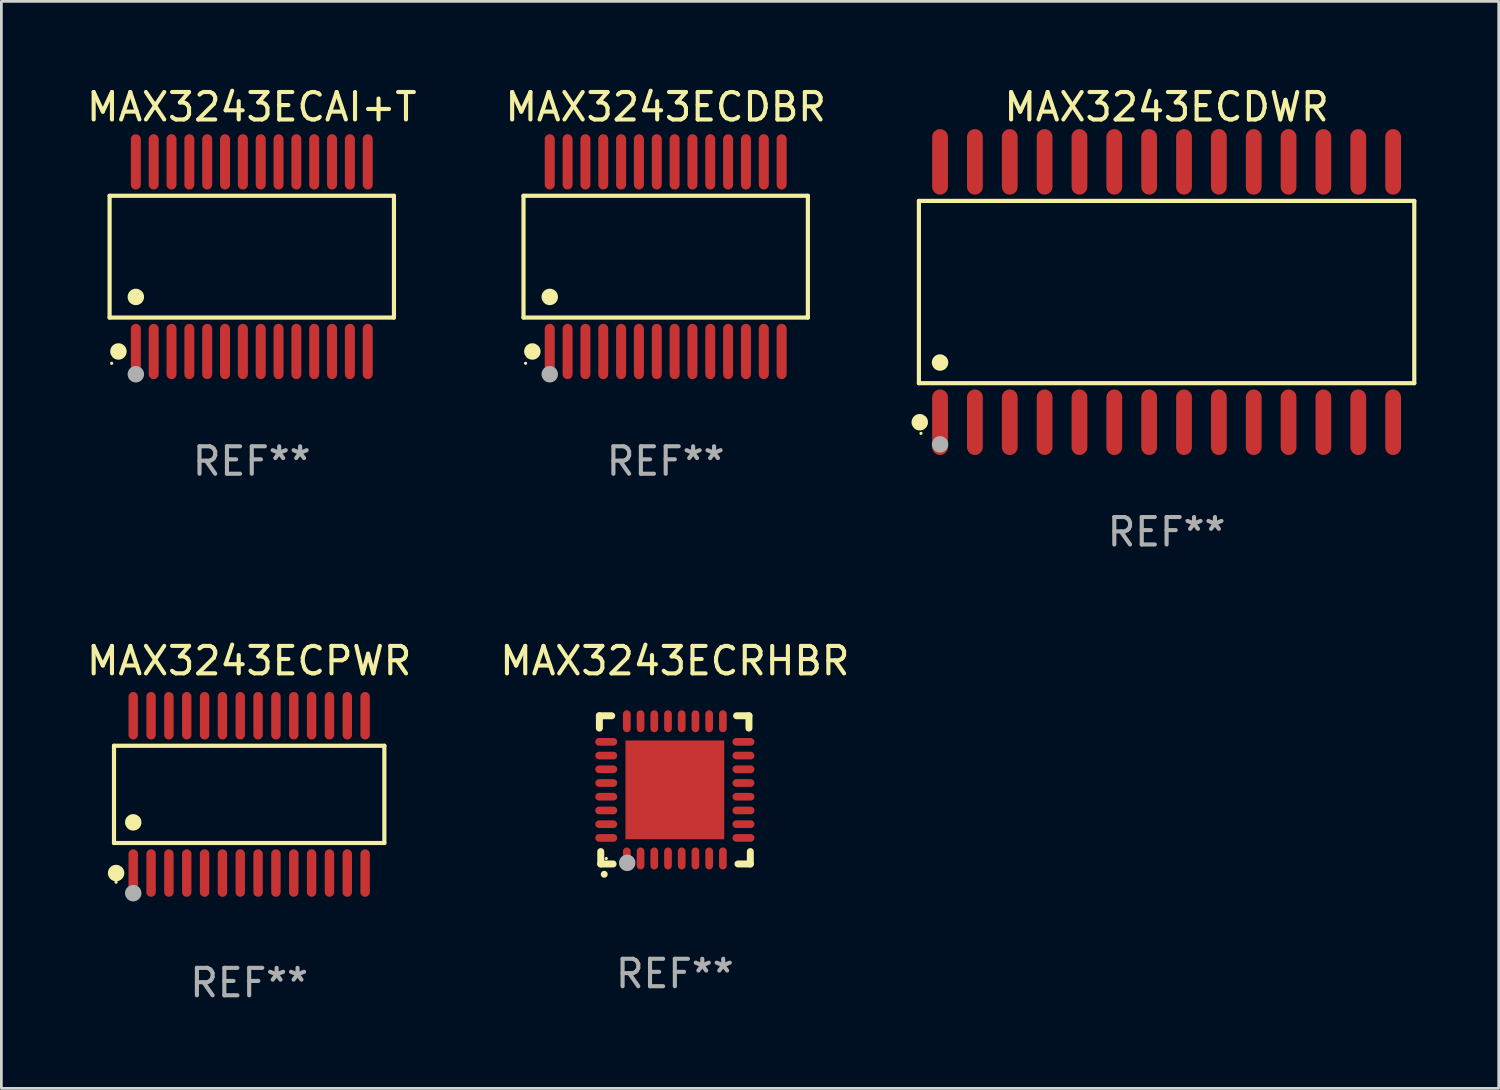
<source format=kicad_pcb>
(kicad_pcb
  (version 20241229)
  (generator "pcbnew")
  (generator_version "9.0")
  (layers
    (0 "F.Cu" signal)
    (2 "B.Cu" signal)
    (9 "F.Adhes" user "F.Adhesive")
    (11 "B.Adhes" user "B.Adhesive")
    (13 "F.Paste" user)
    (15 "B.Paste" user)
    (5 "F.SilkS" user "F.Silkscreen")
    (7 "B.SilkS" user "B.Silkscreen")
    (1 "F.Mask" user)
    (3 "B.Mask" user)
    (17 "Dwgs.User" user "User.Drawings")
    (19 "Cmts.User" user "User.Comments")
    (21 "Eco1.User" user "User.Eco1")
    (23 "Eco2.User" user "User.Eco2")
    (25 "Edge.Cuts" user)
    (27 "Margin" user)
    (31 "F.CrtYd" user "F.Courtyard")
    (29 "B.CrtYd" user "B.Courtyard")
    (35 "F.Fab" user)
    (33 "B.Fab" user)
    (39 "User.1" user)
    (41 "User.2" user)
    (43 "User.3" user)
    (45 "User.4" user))
  (footprint "MAX3243ECPWR"
    (layer "F.Cu")
    (at 6.03 25.898)
    (property "Reference" "MAX3243ECPWR" (at 0 -4.866 0) (layer "F.SilkS") (effects (font (size 1 1) (thickness 0.15))))
    (attr through_hole)
    (fp_line (start -4.926 -1.772) (end 4.926 -1.772) (stroke (width 0.152) (type solid)) (layer "F.SilkS"))
    (fp_line (start -4.926 1.771) (end -4.926 -1.772) (stroke (width 0.152) (type solid)) (layer "F.SilkS"))
    (fp_line (start 4.926 -1.772) (end 4.926 1.771) (stroke (width 0.152) (type solid)) (layer "F.SilkS"))
    (fp_line (start 4.926 1.771) (end -4.926 1.771) (stroke (width 0.152) (type solid)) (layer "F.SilkS"))
    (fp_circle (center -4.85 3.2) (end -4.82 3.2) (stroke (width 0.06) (type solid)) (fill no) (layer "F.SilkS"))
    (fp_circle (center -4.849 2.866) (end -4.699 2.866) (stroke (width 0.3) (type solid)) (fill no) (layer "F.SilkS"))
    (fp_circle (center -4.225 1.019) (end -4.075 1.019) (stroke (width 0.3) (type solid)) (fill no) (layer "F.SilkS"))
    (fp_circle (center -4.225 3.6) (end -4.075 3.6) (stroke (width 0.3) (type solid)) (fill no) (layer "F.Fab"))
    (fp_text user "REF**" (at 0 6.866 0) (layer "F.Fab") (effects (font (size 1 1) (thickness 0.15))))
    (pad "1" smd oval (at -4.225 2.866) (size 0.343 1.731) (layers "F.Cu" "F.Mask" "F.Paste"))
    (pad "2" smd oval (at -3.575 2.866) (size 0.343 1.731) (layers "F.Cu" "F.Mask" "F.Paste"))
    (pad "3" smd oval (at -2.925 2.866) (size 0.343 1.731) (layers "F.Cu" "F.Mask" "F.Paste"))
    (pad "4" smd oval (at -2.275 2.866) (size 0.343 1.731) (layers "F.Cu" "F.Mask" "F.Paste"))
    (pad "5" smd oval (at -1.625 2.866) (size 0.343 1.731) (layers "F.Cu" "F.Mask" "F.Paste"))
    (pad "6" smd oval (at -0.975 2.866) (size 0.343 1.731) (layers "F.Cu" "F.Mask" "F.Paste"))
    (pad "7" smd oval (at -0.325 2.866) (size 0.343 1.731) (layers "F.Cu" "F.Mask" "F.Paste"))
    (pad "8" smd oval (at 0.325 2.866) (size 0.343 1.731) (layers "F.Cu" "F.Mask" "F.Paste"))
    (pad "9" smd oval (at 0.975 2.866) (size 0.343 1.731) (layers "F.Cu" "F.Mask" "F.Paste"))
    (pad "10" smd oval (at 1.625 2.866) (size 0.343 1.731) (layers "F.Cu" "F.Mask" "F.Paste"))
    (pad "11" smd oval (at 2.275 2.866) (size 0.343 1.731) (layers "F.Cu" "F.Mask" "F.Paste"))
    (pad "12" smd oval (at 2.925 2.866) (size 0.343 1.731) (layers "F.Cu" "F.Mask" "F.Paste"))
    (pad "13" smd oval (at 3.575 2.866) (size 0.343 1.731) (layers "F.Cu" "F.Mask" "F.Paste"))
    (pad "14" smd oval (at 4.225 2.866) (size 0.343 1.731) (layers "F.Cu" "F.Mask" "F.Paste"))
    (pad "15" smd oval (at 4.225 -2.866) (size 0.343 1.731) (layers "F.Cu" "F.Mask" "F.Paste"))
    (pad "16" smd oval (at 3.575 -2.866) (size 0.343 1.731) (layers "F.Cu" "F.Mask" "F.Paste"))
    (pad "17" smd oval (at 2.925 -2.866) (size 0.343 1.731) (layers "F.Cu" "F.Mask" "F.Paste"))
    (pad "18" smd oval (at 2.275 -2.866) (size 0.343 1.731) (layers "F.Cu" "F.Mask" "F.Paste"))
    (pad "19" smd oval (at 1.625 -2.866) (size 0.343 1.731) (layers "F.Cu" "F.Mask" "F.Paste"))
    (pad "20" smd oval (at 0.975 -2.866) (size 0.343 1.731) (layers "F.Cu" "F.Mask" "F.Paste"))
    (pad "21" smd oval (at 0.325 -2.866) (size 0.343 1.731) (layers "F.Cu" "F.Mask" "F.Paste"))
    (pad "22" smd oval (at -0.325 -2.866) (size 0.343 1.731) (layers "F.Cu" "F.Mask" "F.Paste"))
    (pad "23" smd oval (at -0.975 -2.866) (size 0.343 1.731) (layers "F.Cu" "F.Mask" "F.Paste"))
    (pad "24" smd oval (at -1.625 -2.866) (size 0.343 1.731) (layers "F.Cu" "F.Mask" "F.Paste"))
    (pad "25" smd oval (at -2.275 -2.866) (size 0.343 1.731) (layers "F.Cu" "F.Mask" "F.Paste"))
    (pad "26" smd oval (at -2.925 -2.866) (size 0.343 1.731) (layers "F.Cu" "F.Mask" "F.Paste"))
    (pad "27" smd oval (at -3.575 -2.866) (size 0.343 1.731) (layers "F.Cu" "F.Mask" "F.Paste"))
    (pad "28" smd oval (at -4.225 -2.866) (size 0.343 1.731) (layers "F.Cu" "F.Mask" "F.Paste")))
  (footprint "MAX3243ECAI+T"
    (layer "F.Cu")
    (at 6.125 6.303)
    (property "Reference" "MAX3243ECAI+T" (at 0 -5.455 0) (layer "F.SilkS") (effects (font (size 1 1) (thickness 0.15))))
    (attr through_hole)
    (fp_line (start -5.181 -2.219) (end 5.181 -2.219) (stroke (width 0.152) (type solid)) (layer "F.SilkS"))
    (fp_line (start -5.181 2.219) (end -5.181 -2.219) (stroke (width 0.152) (type solid)) (layer "F.SilkS"))
    (fp_line (start 5.181 -2.219) (end 5.181 2.219) (stroke (width 0.152) (type solid)) (layer "F.SilkS"))
    (fp_line (start 5.181 2.219) (end -5.181 2.219) (stroke (width 0.152) (type solid)) (layer "F.SilkS"))
    (fp_circle (center -5.105 3.885) (end -5.075 3.885) (stroke (width 0.06) (type solid)) (fill no) (layer "F.SilkS"))
    (fp_circle (center -4.859 3.455) (end -4.709 3.455) (stroke (width 0.3) (type solid)) (fill no) (layer "F.SilkS"))
    (fp_circle (center -4.225 1.467) (end -4.075 1.467) (stroke (width 0.3) (type solid)) (fill no) (layer "F.SilkS"))
    (fp_circle (center -4.225 4.285) (end -4.075 4.285) (stroke (width 0.3) (type solid)) (fill no) (layer "F.Fab"))
    (fp_text user "REF**" (at 0 7.455 0) (layer "F.Fab") (effects (font (size 1 1) (thickness 0.15))))
    (pad "1" smd oval (at -4.225 3.455) (size 0.364 2.015) (layers "F.Cu" "F.Mask" "F.Paste"))
    (pad "2" smd oval (at -3.575 3.455) (size 0.364 2.015) (layers "F.Cu" "F.Mask" "F.Paste"))
    (pad "3" smd oval (at -2.925 3.455) (size 0.364 2.015) (layers "F.Cu" "F.Mask" "F.Paste"))
    (pad "4" smd oval (at -2.275 3.455) (size 0.364 2.015) (layers "F.Cu" "F.Mask" "F.Paste"))
    (pad "5" smd oval (at -1.625 3.455) (size 0.364 2.015) (layers "F.Cu" "F.Mask" "F.Paste"))
    (pad "6" smd oval (at -0.975 3.455) (size 0.364 2.015) (layers "F.Cu" "F.Mask" "F.Paste"))
    (pad "7" smd oval (at -0.325 3.455) (size 0.364 2.015) (layers "F.Cu" "F.Mask" "F.Paste"))
    (pad "8" smd oval (at 0.325 3.455) (size 0.364 2.015) (layers "F.Cu" "F.Mask" "F.Paste"))
    (pad "9" smd oval (at 0.975 3.455) (size 0.364 2.015) (layers "F.Cu" "F.Mask" "F.Paste"))
    (pad "10" smd oval (at 1.625 3.455) (size 0.364 2.015) (layers "F.Cu" "F.Mask" "F.Paste"))
    (pad "11" smd oval (at 2.275 3.455) (size 0.364 2.015) (layers "F.Cu" "F.Mask" "F.Paste"))
    (pad "12" smd oval (at 2.925 3.455) (size 0.364 2.015) (layers "F.Cu" "F.Mask" "F.Paste"))
    (pad "13" smd oval (at 3.575 3.455) (size 0.364 2.015) (layers "F.Cu" "F.Mask" "F.Paste"))
    (pad "14" smd oval (at 4.225 3.455) (size 0.364 2.015) (layers "F.Cu" "F.Mask" "F.Paste"))
    (pad "15" smd oval (at 4.225 -3.455) (size 0.364 2.015) (layers "F.Cu" "F.Mask" "F.Paste"))
    (pad "16" smd oval (at 3.575 -3.455) (size 0.364 2.015) (layers "F.Cu" "F.Mask" "F.Paste"))
    (pad "17" smd oval (at 2.925 -3.455) (size 0.364 2.015) (layers "F.Cu" "F.Mask" "F.Paste"))
    (pad "18" smd oval (at 2.275 -3.455) (size 0.364 2.015) (layers "F.Cu" "F.Mask" "F.Paste"))
    (pad "19" smd oval (at 1.625 -3.455) (size 0.364 2.015) (layers "F.Cu" "F.Mask" "F.Paste"))
    (pad "20" smd oval (at 0.975 -3.455) (size 0.364 2.015) (layers "F.Cu" "F.Mask" "F.Paste"))
    (pad "21" smd oval (at 0.325 -3.455) (size 0.364 2.015) (layers "F.Cu" "F.Mask" "F.Paste"))
    (pad "22" smd oval (at -0.325 -3.455) (size 0.364 2.015) (layers "F.Cu" "F.Mask" "F.Paste"))
    (pad "23" smd oval (at -0.975 -3.455) (size 0.364 2.015) (layers "F.Cu" "F.Mask" "F.Paste"))
    (pad "24" smd oval (at -1.625 -3.455) (size 0.364 2.015) (layers "F.Cu" "F.Mask" "F.Paste"))
    (pad "25" smd oval (at -2.275 -3.455) (size 0.364 2.015) (layers "F.Cu" "F.Mask" "F.Paste"))
    (pad "26" smd oval (at -2.925 -3.455) (size 0.364 2.015) (layers "F.Cu" "F.Mask" "F.Paste"))
    (pad "27" smd oval (at -3.575 -3.455) (size 0.364 2.015) (layers "F.Cu" "F.Mask" "F.Paste"))
    (pad "28" smd oval (at -4.225 -3.455) (size 0.364 2.015) (layers "F.Cu" "F.Mask" "F.Paste")))
  (footprint "MAX3243ECDWR"
    (layer "F.Cu")
    (at 39.461 7.592)
    (property "Reference" "MAX3243ECDWR" (at 0 -6.744 0) (layer "F.SilkS") (effects (font (size 1 1) (thickness 0.15))))
    (attr through_hole)
    (fp_line (start -9.026 -3.321) (end 9.026 -3.321) (stroke (width 0.152) (type solid)) (layer "F.SilkS"))
    (fp_line (start -9.026 3.321) (end -9.026 -3.321) (stroke (width 0.152) (type solid)) (layer "F.SilkS"))
    (fp_line (start 9.026 -3.321) (end 9.026 3.321) (stroke (width 0.152) (type solid)) (layer "F.SilkS"))
    (fp_line (start 9.026 3.321) (end -9.026 3.321) (stroke (width 0.152) (type solid)) (layer "F.SilkS"))
    (fp_circle (center -8.994 4.744) (end -8.844 4.744) (stroke (width 0.3) (type solid)) (fill no) (layer "F.SilkS"))
    (fp_circle (center -8.95 5.15) (end -8.92 5.15) (stroke (width 0.06) (type solid)) (fill no) (layer "F.SilkS"))
    (fp_circle (center -8.255 2.569) (end -8.105 2.569) (stroke (width 0.3) (type solid)) (fill no) (layer "F.SilkS"))
    (fp_circle (center -8.255 5.55) (end -8.105 5.55) (stroke (width 0.3) (type solid)) (fill no) (layer "F.Fab"))
    (fp_text user "REF**" (at 0 8.744 0) (layer "F.Fab") (effects (font (size 1 1) (thickness 0.15))))
    (pad "1" smd oval (at -8.255 4.744) (size 0.574 2.388) (layers "F.Cu" "F.Mask" "F.Paste"))
    (pad "2" smd oval (at -6.985 4.744) (size 0.574 2.388) (layers "F.Cu" "F.Mask" "F.Paste"))
    (pad "3" smd oval (at -5.715 4.744) (size 0.574 2.388) (layers "F.Cu" "F.Mask" "F.Paste"))
    (pad "4" smd oval (at -4.445 4.744) (size 0.574 2.388) (layers "F.Cu" "F.Mask" "F.Paste"))
    (pad "5" smd oval (at -3.175 4.744) (size 0.574 2.388) (layers "F.Cu" "F.Mask" "F.Paste"))
    (pad "6" smd oval (at -1.905 4.744) (size 0.574 2.388) (layers "F.Cu" "F.Mask" "F.Paste"))
    (pad "7" smd oval (at -0.635 4.744) (size 0.574 2.388) (layers "F.Cu" "F.Mask" "F.Paste"))
    (pad "8" smd oval (at 0.635 4.744) (size 0.574 2.388) (layers "F.Cu" "F.Mask" "F.Paste"))
    (pad "9" smd oval (at 1.905 4.744) (size 0.574 2.388) (layers "F.Cu" "F.Mask" "F.Paste"))
    (pad "10" smd oval (at 3.175 4.744) (size 0.574 2.388) (layers "F.Cu" "F.Mask" "F.Paste"))
    (pad "11" smd oval (at 4.445 4.744) (size 0.574 2.388) (layers "F.Cu" "F.Mask" "F.Paste"))
    (pad "12" smd oval (at 5.715 4.744) (size 0.574 2.388) (layers "F.Cu" "F.Mask" "F.Paste"))
    (pad "13" smd oval (at 6.985 4.744) (size 0.574 2.388) (layers "F.Cu" "F.Mask" "F.Paste"))
    (pad "14" smd oval (at 8.255 4.744) (size 0.574 2.388) (layers "F.Cu" "F.Mask" "F.Paste"))
    (pad "15" smd oval (at 8.255 -4.744) (size 0.574 2.388) (layers "F.Cu" "F.Mask" "F.Paste"))
    (pad "16" smd oval (at 6.985 -4.744) (size 0.574 2.388) (layers "F.Cu" "F.Mask" "F.Paste"))
    (pad "17" smd oval (at 5.715 -4.744) (size 0.574 2.388) (layers "F.Cu" "F.Mask" "F.Paste"))
    (pad "18" smd oval (at 4.445 -4.744) (size 0.574 2.388) (layers "F.Cu" "F.Mask" "F.Paste"))
    (pad "19" smd oval (at 3.175 -4.744) (size 0.574 2.388) (layers "F.Cu" "F.Mask" "F.Paste"))
    (pad "20" smd oval (at 1.905 -4.744) (size 0.574 2.388) (layers "F.Cu" "F.Mask" "F.Paste"))
    (pad "21" smd oval (at 0.635 -4.744) (size 0.574 2.388) (layers "F.Cu" "F.Mask" "F.Paste"))
    (pad "22" smd oval (at -0.635 -4.744) (size 0.574 2.388) (layers "F.Cu" "F.Mask" "F.Paste"))
    (pad "23" smd oval (at -1.905 -4.744) (size 0.574 2.388) (layers "F.Cu" "F.Mask" "F.Paste"))
    (pad "24" smd oval (at -3.175 -4.744) (size 0.574 2.388) (layers "F.Cu" "F.Mask" "F.Paste"))
    (pad "25" smd oval (at -4.445 -4.744) (size 0.574 2.388) (layers "F.Cu" "F.Mask" "F.Paste"))
    (pad "26" smd oval (at -5.715 -4.744) (size 0.574 2.388) (layers "F.Cu" "F.Mask" "F.Paste"))
    (pad "27" smd oval (at -6.985 -4.744) (size 0.574 2.388) (layers "F.Cu" "F.Mask" "F.Paste"))
    (pad "28" smd oval (at -8.255 -4.744) (size 0.574 2.388) (layers "F.Cu" "F.Mask" "F.Paste")))
  (footprint "MAX3243ECRHBR"
    (layer "F.Cu")
    (at 21.542 25.733)
    (property "Reference" "MAX3243ECRHBR" (at 0 -4.7 0) (layer "F.SilkS") (effects (font (size 1 1) (thickness 0.15))))
    (attr through_hole)
    (fp_line (start -2.75 -2.7) (end -2.75 -2.25) (stroke (width 0.254) (type solid)) (layer "F.SilkS"))
    (fp_line (start -2.7 2.7) (end -2.7 2.25) (stroke (width 0.254) (type solid)) (layer "F.SilkS"))
    (fp_line (start -2.3 -2.7) (end -2.75 -2.7) (stroke (width 0.254) (type solid)) (layer "F.SilkS"))
    (fp_line (start -2.25 2.7) (end -2.7 2.7) (stroke (width 0.254) (type solid)) (layer "F.SilkS"))
    (fp_line (start 2.3 2.7) (end 2.75 2.7) (stroke (width 0.254) (type solid)) (layer "F.SilkS"))
    (fp_line (start 2.7 -2.7) (end 2.25 -2.7) (stroke (width 0.254) (type solid)) (layer "F.SilkS"))
    (fp_line (start 2.7 -2.25) (end 2.7 -2.7) (stroke (width 0.254) (type solid)) (layer "F.SilkS"))
    (fp_line (start 2.75 2.7) (end 2.75 2.25) (stroke (width 0.254) (type solid)) (layer "F.SilkS"))
    (fp_arc (start -2.575565 3.075946) (mid -2.574295 3.07594) (end -2.573025 3.075946) (stroke (width 0.25) (type solid)) (layer "F.SilkS"))
    (fp_circle (center -2.5 2.5) (end -2.47 2.5) (stroke (width 0.06) (type solid)) (fill no) (layer "F.SilkS"))
    (fp_circle (center -1.737 2.659) (end -1.587 2.659) (stroke (width 0.3) (type solid)) (fill no) (layer "F.Fab"))
    (fp_text user "REF**" (at 0 6.7 0) (layer "F.Fab") (effects (font (size 1 1) (thickness 0.15))))
    (pad "1" smd oval (at -1.75 2.5) (size 0.28 0.8) (layers "F.Cu" "F.Mask" "F.Paste"))
    (pad "2" smd oval (at -1.25 2.5) (size 0.28 0.8) (layers "F.Cu" "F.Mask" "F.Paste"))
    (pad "3" smd oval (at -0.75 2.5) (size 0.28 0.8) (layers "F.Cu" "F.Mask" "F.Paste"))
    (pad "4" smd oval (at -0.25 2.5) (size 0.28 0.8) (layers "F.Cu" "F.Mask" "F.Paste"))
    (pad "5" smd oval (at 0.25 2.5) (size 0.28 0.8) (layers "F.Cu" "F.Mask" "F.Paste"))
    (pad "6" smd oval (at 0.75 2.5) (size 0.28 0.8) (layers "F.Cu" "F.Mask" "F.Paste"))
    (pad "7" smd oval (at 1.25 2.5) (size 0.28 0.8) (layers "F.Cu" "F.Mask" "F.Paste"))
    (pad "8" smd oval (at 1.75 2.5) (size 0.28 0.8) (layers "F.Cu" "F.Mask" "F.Paste"))
    (pad "9" smd oval (at 2.5 1.75) (size 0.8 0.28) (layers "F.Cu" "F.Mask" "F.Paste"))
    (pad "10" smd oval (at 2.5 1.25) (size 0.8 0.28) (layers "F.Cu" "F.Mask" "F.Paste"))
    (pad "11" smd oval (at 2.5 0.75) (size 0.8 0.28) (layers "F.Cu" "F.Mask" "F.Paste"))
    (pad "12" smd oval (at 2.5 0.25) (size 0.8 0.28) (layers "F.Cu" "F.Mask" "F.Paste"))
    (pad "13" smd oval (at 2.5 -0.25) (size 0.8 0.28) (layers "F.Cu" "F.Mask" "F.Paste"))
    (pad "14" smd oval (at 2.5 -0.75) (size 0.8 0.28) (layers "F.Cu" "F.Mask" "F.Paste"))
    (pad "15" smd oval (at 2.5 -1.25) (size 0.8 0.28) (layers "F.Cu" "F.Mask" "F.Paste"))
    (pad "16" smd oval (at 2.5 -1.75) (size 0.8 0.28) (layers "F.Cu" "F.Mask" "F.Paste"))
    (pad "17" smd oval (at 1.75 -2.5) (size 0.28 0.8) (layers "F.Cu" "F.Mask" "F.Paste"))
    (pad "18" smd oval (at 1.25 -2.5) (size 0.28 0.8) (layers "F.Cu" "F.Mask" "F.Paste"))
    (pad "19" smd oval (at 0.75 -2.5) (size 0.28 0.8) (layers "F.Cu" "F.Mask" "F.Paste"))
    (pad "20" smd oval (at 0.25 -2.5) (size 0.28 0.8) (layers "F.Cu" "F.Mask" "F.Paste"))
    (pad "21" smd oval (at -0.25 -2.5) (size 0.28 0.8) (layers "F.Cu" "F.Mask" "F.Paste"))
    (pad "22" smd oval (at -0.75 -2.5) (size 0.28 0.8) (layers "F.Cu" "F.Mask" "F.Paste"))
    (pad "23" smd oval (at -1.25 -2.5) (size 0.28 0.8) (layers "F.Cu" "F.Mask" "F.Paste"))
    (pad "24" smd oval (at -1.75 -2.5) (size 0.28 0.8) (layers "F.Cu" "F.Mask" "F.Paste"))
    (pad "25" smd oval (at -2.5 -1.75) (size 0.8 0.28) (layers "F.Cu" "F.Mask" "F.Paste"))
    (pad "26" smd oval (at -2.5 -1.25) (size 0.8 0.28) (layers "F.Cu" "F.Mask" "F.Paste"))
    (pad "27" smd oval (at -2.5 -0.75) (size 0.8 0.28) (layers "F.Cu" "F.Mask" "F.Paste"))
    (pad "28" smd oval (at -2.5 -0.25) (size 0.8 0.28) (layers "F.Cu" "F.Mask" "F.Paste"))
    (pad "29" smd oval (at -2.5 0.25) (size 0.8 0.28) (layers "F.Cu" "F.Mask" "F.Paste"))
    (pad "30" smd oval (at -2.5 0.75) (size 0.8 0.28) (layers "F.Cu" "F.Mask" "F.Paste"))
    (pad "31" smd oval (at -2.5 1.25) (size 0.8 0.28) (layers "F.Cu" "F.Mask" "F.Paste"))
    (pad "32" smd oval (at -2.5 1.75) (size 0.8 0.28) (layers "F.Cu" "F.Mask" "F.Paste"))
    (pad "33" smd rect (at 0.000076 0.000076) (size 3.6 3.6) (layers "F.Cu" "F.Mask" "F.Paste")))
  (footprint "MAX3243ECDBR"
    (layer "F.Cu")
    (at 21.208 6.303)
    (property "Reference" "MAX3243ECDBR" (at 0 -5.455 0) (layer "F.SilkS") (effects (font (size 1 1) (thickness 0.15))))
    (attr through_hole)
    (fp_line (start -5.181 -2.219) (end 5.181 -2.219) (stroke (width 0.152) (type solid)) (layer "F.SilkS"))
    (fp_line (start -5.181 2.219) (end -5.181 -2.219) (stroke (width 0.152) (type solid)) (layer "F.SilkS"))
    (fp_line (start 5.181 -2.219) (end 5.181 2.219) (stroke (width 0.152) (type solid)) (layer "F.SilkS"))
    (fp_line (start 5.181 2.219) (end -5.181 2.219) (stroke (width 0.152) (type solid)) (layer "F.SilkS"))
    (fp_circle (center -5.105 3.885) (end -5.075 3.885) (stroke (width 0.06) (type solid)) (fill no) (layer "F.SilkS"))
    (fp_circle (center -4.859 3.455) (end -4.709 3.455) (stroke (width 0.3) (type solid)) (fill no) (layer "F.SilkS"))
    (fp_circle (center -4.225 1.467) (end -4.075 1.467) (stroke (width 0.3) (type solid)) (fill no) (layer "F.SilkS"))
    (fp_circle (center -4.225 4.285) (end -4.075 4.285) (stroke (width 0.3) (type solid)) (fill no) (layer "F.Fab"))
    (fp_text user "REF**" (at 0 7.455 0) (layer "F.Fab") (effects (font (size 1 1) (thickness 0.15))))
    (pad "1" smd oval (at -4.225 3.455) (size 0.364 2.015) (layers "F.Cu" "F.Mask" "F.Paste"))
    (pad "2" smd oval (at -3.575 3.455) (size 0.364 2.015) (layers "F.Cu" "F.Mask" "F.Paste"))
    (pad "3" smd oval (at -2.925 3.455) (size 0.364 2.015) (layers "F.Cu" "F.Mask" "F.Paste"))
    (pad "4" smd oval (at -2.275 3.455) (size 0.364 2.015) (layers "F.Cu" "F.Mask" "F.Paste"))
    (pad "5" smd oval (at -1.625 3.455) (size 0.364 2.015) (layers "F.Cu" "F.Mask" "F.Paste"))
    (pad "6" smd oval (at -0.975 3.455) (size 0.364 2.015) (layers "F.Cu" "F.Mask" "F.Paste"))
    (pad "7" smd oval (at -0.325 3.455) (size 0.364 2.015) (layers "F.Cu" "F.Mask" "F.Paste"))
    (pad "8" smd oval (at 0.325 3.455) (size 0.364 2.015) (layers "F.Cu" "F.Mask" "F.Paste"))
    (pad "9" smd oval (at 0.975 3.455) (size 0.364 2.015) (layers "F.Cu" "F.Mask" "F.Paste"))
    (pad "10" smd oval (at 1.625 3.455) (size 0.364 2.015) (layers "F.Cu" "F.Mask" "F.Paste"))
    (pad "11" smd oval (at 2.275 3.455) (size 0.364 2.015) (layers "F.Cu" "F.Mask" "F.Paste"))
    (pad "12" smd oval (at 2.925 3.455) (size 0.364 2.015) (layers "F.Cu" "F.Mask" "F.Paste"))
    (pad "13" smd oval (at 3.575 3.455) (size 0.364 2.015) (layers "F.Cu" "F.Mask" "F.Paste"))
    (pad "14" smd oval (at 4.225 3.455) (size 0.364 2.015) (layers "F.Cu" "F.Mask" "F.Paste"))
    (pad "15" smd oval (at 4.225 -3.455) (size 0.364 2.015) (layers "F.Cu" "F.Mask" "F.Paste"))
    (pad "16" smd oval (at 3.575 -3.455) (size 0.364 2.015) (layers "F.Cu" "F.Mask" "F.Paste"))
    (pad "17" smd oval (at 2.925 -3.455) (size 0.364 2.015) (layers "F.Cu" "F.Mask" "F.Paste"))
    (pad "18" smd oval (at 2.275 -3.455) (size 0.364 2.015) (layers "F.Cu" "F.Mask" "F.Paste"))
    (pad "19" smd oval (at 1.625 -3.455) (size 0.364 2.015) (layers "F.Cu" "F.Mask" "F.Paste"))
    (pad "20" smd oval (at 0.975 -3.455) (size 0.364 2.015) (layers "F.Cu" "F.Mask" "F.Paste"))
    (pad "21" smd oval (at 0.325 -3.455) (size 0.364 2.015) (layers "F.Cu" "F.Mask" "F.Paste"))
    (pad "22" smd oval (at -0.325 -3.455) (size 0.364 2.015) (layers "F.Cu" "F.Mask" "F.Paste"))
    (pad "23" smd oval (at -0.975 -3.455) (size 0.364 2.015) (layers "F.Cu" "F.Mask" "F.Paste"))
    (pad "24" smd oval (at -1.625 -3.455) (size 0.364 2.015) (layers "F.Cu" "F.Mask" "F.Paste"))
    (pad "25" smd oval (at -2.275 -3.455) (size 0.364 2.015) (layers "F.Cu" "F.Mask" "F.Paste"))
    (pad "26" smd oval (at -2.925 -3.455) (size 0.364 2.015) (layers "F.Cu" "F.Mask" "F.Paste"))
    (pad "27" smd oval (at -3.575 -3.455) (size 0.364 2.015) (layers "F.Cu" "F.Mask" "F.Paste"))
    (pad "28" smd oval (at -4.225 -3.455) (size 0.364 2.015) (layers "F.Cu" "F.Mask" "F.Paste")))
  (gr_rect
    (start -3 -3)
    (end 51.564 36.612)
    (stroke (width 0.1) (type default))
    (fill no)
    (layer "Edge.Cuts")))
</source>
